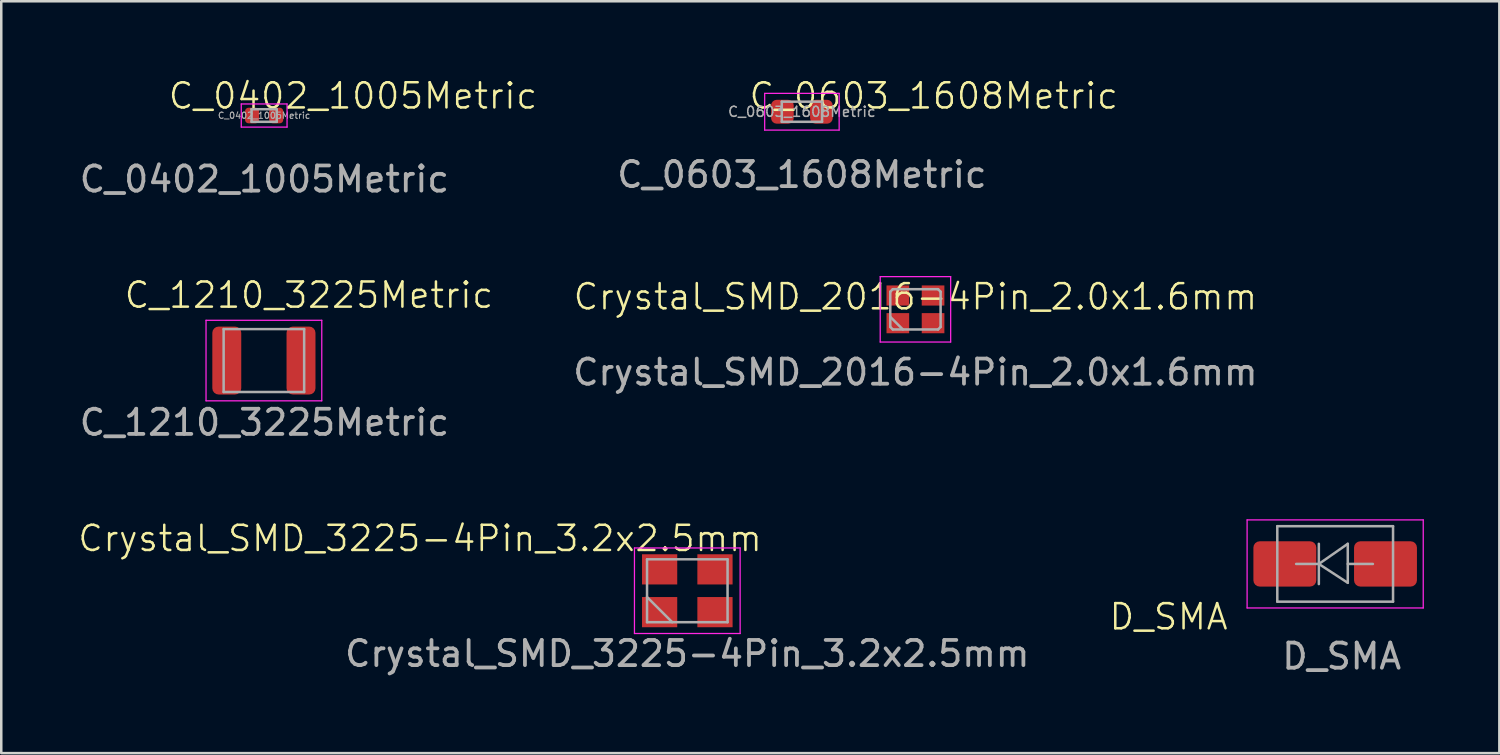
<source format=kicad_pcb>
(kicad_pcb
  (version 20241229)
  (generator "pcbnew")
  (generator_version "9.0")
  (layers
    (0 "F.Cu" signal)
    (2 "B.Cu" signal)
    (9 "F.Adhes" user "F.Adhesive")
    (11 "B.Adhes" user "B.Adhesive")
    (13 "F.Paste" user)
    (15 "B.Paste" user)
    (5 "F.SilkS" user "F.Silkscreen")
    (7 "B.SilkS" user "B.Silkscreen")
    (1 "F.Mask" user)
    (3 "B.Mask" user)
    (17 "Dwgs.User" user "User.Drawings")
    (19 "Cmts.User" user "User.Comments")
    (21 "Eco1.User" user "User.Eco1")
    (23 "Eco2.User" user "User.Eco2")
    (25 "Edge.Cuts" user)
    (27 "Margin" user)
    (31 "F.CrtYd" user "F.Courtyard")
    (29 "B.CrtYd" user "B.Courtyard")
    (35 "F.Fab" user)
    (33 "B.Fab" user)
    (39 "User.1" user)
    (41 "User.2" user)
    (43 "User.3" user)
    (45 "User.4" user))
  (footprint "Crystal_SMD_3225-4Pin_3.2x2.5mm"
    (layer "F.Cu")
    (at 24.265 20.428)
    (property "Reference" "Crystal_SMD_3225-4Pin_3.2x2.5mm" (at -10.62 -2.08 0) (unlocked yes) (layer "F.SilkS") (effects (font (size 1 1) (thickness 0.1))))
    (attr smd)
    (fp_line (start -2.1 -1.7) (end -2.1 1.7) (stroke (width 0.05) (type solid)) (layer "F.CrtYd"))
    (fp_line (start -2.1 1.7) (end 2.1 1.7) (stroke (width 0.05) (type solid)) (layer "F.CrtYd"))
    (fp_line (start 2.1 -1.7) (end -2.1 -1.7) (stroke (width 0.05) (type solid)) (layer "F.CrtYd"))
    (fp_line (start 2.1 1.7) (end 2.1 -1.7) (stroke (width 0.05) (type solid)) (layer "F.CrtYd"))
    (fp_line (start -1.6 -1.25) (end -1.6 1.25) (stroke (width 0.1) (type solid)) (layer "F.Fab"))
    (fp_line (start -1.6 0.25) (end -0.6 1.25) (stroke (width 0.1) (type solid)) (layer "F.Fab"))
    (fp_line (start -1.6 1.25) (end 1.6 1.25) (stroke (width 0.1) (type solid)) (layer "F.Fab"))
    (fp_line (start 1.6 -1.25) (end -1.6 -1.25) (stroke (width 0.1) (type solid)) (layer "F.Fab"))
    (fp_line (start 1.6 1.25) (end 1.6 -1.25) (stroke (width 0.1) (type solid)) (layer "F.Fab"))
    (fp_text user "${REFERENCE}" (at 0 2.5 0) (unlocked yes) (layer "F.Fab") (effects (font (size 1 1) (thickness 0.15))))
    (pad "1" smd rect (at -1.1 0.85) (size 1.4 1.2) (layers "F.Cu" "F.Mask" "F.Paste"))
    (pad "2" smd rect (at 1.1 0.85) (size 1.4 1.2) (layers "F.Cu" "F.Mask" "F.Paste"))
    (pad "3" smd rect (at 1.1 -0.85) (size 1.4 1.2) (layers "F.Cu" "F.Mask" "F.Paste"))
    (pad "4" smd rect (at -1.1 -0.85) (size 1.4 1.2) (layers "F.Cu" "F.Mask" "F.Paste")))
  (footprint "C_0402_1005Metric"
    (layer "F.Cu")
    (at 7.458 1.571)
    (property "Reference" "C_0402_1005Metric" (at 3.52 -0.81 0) (unlocked yes) (layer "F.SilkS") (effects (font (size 1 1) (thickness 0.1))))
    (attr smd)
    (fp_line (start -0.92 -0.49) (end 0.9 -0.49) (stroke (width 0.05) (type solid)) (layer "F.CrtYd"))
    (fp_line (start -0.92 0.43) (end -0.92 -0.49) (stroke (width 0.05) (type solid)) (layer "F.CrtYd"))
    (fp_line (start 0.9 -0.49) (end 0.9 0.43) (stroke (width 0.05) (type solid)) (layer "F.CrtYd"))
    (fp_line (start 0.9 0.43) (end -0.92 0.43) (stroke (width 0.05) (type solid)) (layer "F.CrtYd"))
    (fp_line (start -0.51 -0.28) (end 0.49 -0.28) (stroke (width 0.1) (type solid)) (layer "F.Fab"))
    (fp_line (start -0.51 0.22) (end -0.51 -0.28) (stroke (width 0.1) (type solid)) (layer "F.Fab"))
    (fp_line (start 0.49 -0.28) (end 0.49 0.22) (stroke (width 0.1) (type solid)) (layer "F.Fab"))
    (fp_line (start 0.49 0.22) (end -0.51 0.22) (stroke (width 0.1) (type solid)) (layer "F.Fab"))
    (fp_text user "${REFERENCE}" (at -0.01 -0.03 0) (layer "F.Fab") (effects (font (size 0.25 0.25) (thickness 0.04))))
    (fp_text user "${REFERENCE}" (at 0 2.5 0) (unlocked yes) (layer "F.Fab") (effects (font (size 1 1) (thickness 0.15))))
    (pad "1" smd roundrect (at -0.49 -0.03) (size 0.56 0.62) (layers "F.Cu" "F.Mask" "F.Paste") (roundrect_rratio 0.25))
    (pad "2" smd roundrect (at 0.47 -0.03) (size 0.56 0.62) (layers "F.Cu" "F.Mask" "F.Paste") (roundrect_rratio 0.25)))
  (footprint "D_SMA"
    (layer "F.Cu")
    (at 50.003 19.352)
    (property "Reference" "D_SMA" (at -6.61 2.11 0) (unlocked yes) (layer "F.SilkS") (effects (font (size 1 1) (thickness 0.1))))
    (attr smd)
    (fp_line (start -3.49 -1.74) (end 3.51 -1.74) (stroke (width 0.05) (type solid)) (layer "F.CrtYd"))
    (fp_line (start -3.49 1.76) (end -3.49 -1.74) (stroke (width 0.05) (type solid)) (layer "F.CrtYd"))
    (fp_line (start 3.51 -1.74) (end 3.51 1.76) (stroke (width 0.05) (type solid)) (layer "F.CrtYd"))
    (fp_line (start 3.51 1.76) (end -3.49 1.76) (stroke (width 0.05) (type solid)) (layer "F.CrtYd"))
    (fp_line (start -2.29 1.51) (end -2.29 -1.49) (stroke (width 0.1) (type solid)) (layer "F.Fab"))
    (fp_line (start -0.639 -0.789) (end -0.639 0.811) (stroke (width 0.1) (type solid)) (layer "F.Fab"))
    (fp_line (start -0.639 0.011) (end -1.541 0.011) (stroke (width 0.1) (type solid)) (layer "F.Fab"))
    (fp_line (start -0.639 0.011) (end 0.511 -0.789) (stroke (width 0.1) (type solid)) (layer "F.Fab"))
    (fp_line (start -0.639 0.011) (end 0.511 0.76) (stroke (width 0.1) (type solid)) (layer "F.Fab"))
    (fp_line (start 0.511 0.011) (end 1.509 0.011) (stroke (width 0.1) (type solid)) (layer "F.Fab"))
    (fp_line (start 0.511 0.76) (end 0.511 -0.789) (stroke (width 0.1) (type solid)) (layer "F.Fab"))
    (fp_line (start 2.31 -1.49) (end -2.29 -1.49) (stroke (width 0.1) (type solid)) (layer "F.Fab"))
    (fp_line (start 2.31 -1.49) (end 2.31 1.51) (stroke (width 0.1) (type solid)) (layer "F.Fab"))
    (fp_line (start 2.31 1.51) (end -2.29 1.51) (stroke (width 0.1) (type solid)) (layer "F.Fab"))
    (fp_text user "${REFERENCE}" (at 0.27 3.68 0) (unlocked yes) (layer "F.Fab") (effects (font (size 1 1) (thickness 0.15))))
    (pad "1" smd roundrect (at -1.99 0.01) (size 2.5 1.8) (layers "F.Cu" "F.Mask" "F.Paste") (roundrect_rratio 0.139))
    (pad "2" smd roundrect (at 2.01 0.01) (size 2.5 1.8) (layers "F.Cu" "F.Mask" "F.Paste") (roundrect_rratio 0.139)))
  (footprint "C_1210_3225Metric"
    (layer "F.Cu")
    (at 7.458 11.239)
    (property "Reference" "C_1210_3225Metric" (at 1.77 -2.56 0) (unlocked yes) (layer "F.SilkS") (effects (font (size 1 1) (thickness 0.1))))
    (attr smd)
    (fp_line (start -2.32 -1.56) (end 2.28 -1.56) (stroke (width 0.05) (type solid)) (layer "F.CrtYd"))
    (fp_line (start -2.32 1.64) (end -2.32 -1.56) (stroke (width 0.05) (type solid)) (layer "F.CrtYd"))
    (fp_line (start 2.28 -1.56) (end 2.28 1.64) (stroke (width 0.05) (type solid)) (layer "F.CrtYd"))
    (fp_line (start 2.28 1.64) (end -2.32 1.64) (stroke (width 0.05) (type solid)) (layer "F.CrtYd"))
    (fp_line (start -1.62 -1.21) (end 1.58 -1.21) (stroke (width 0.1) (type solid)) (layer "F.Fab"))
    (fp_line (start -1.62 1.29) (end -1.62 -1.21) (stroke (width 0.1) (type solid)) (layer "F.Fab"))
    (fp_line (start 1.58 -1.21) (end 1.58 1.29) (stroke (width 0.1) (type solid)) (layer "F.Fab"))
    (fp_line (start 1.58 1.29) (end -1.62 1.29) (stroke (width 0.1) (type solid)) (layer "F.Fab"))
    (fp_text user "${REFERENCE}" (at 0 2.5 0) (unlocked yes) (layer "F.Fab") (effects (font (size 1 1) (thickness 0.15))))
    (pad "1" smd roundrect (at -1.495 0.04) (size 1.15 2.7) (layers "F.Cu" "F.Mask" "F.Paste") (roundrect_rratio 0.217))
    (pad "2" smd roundrect (at 1.455 0.04) (size 1.15 2.7) (layers "F.Cu" "F.Mask" "F.Paste") (roundrect_rratio 0.217)))
  (footprint "Crystal_SMD_2016-4Pin_2.0x1.6mm"
    (layer "F.Cu")
    (at 33.332 9.244)
    (property "Reference" "Crystal_SMD_2016-4Pin_2.0x1.6mm" (at 0 -0.5 0) (unlocked yes) (layer "F.SilkS") (effects (font (size 1 1) (thickness 0.1))))
    (attr smd)
    (fp_line (start -1.4 -1.3) (end -1.4 1.3) (stroke (width 0.05) (type solid)) (layer "F.CrtYd"))
    (fp_line (start -1.4 1.3) (end 1.4 1.3) (stroke (width 0.05) (type solid)) (layer "F.CrtYd"))
    (fp_line (start 1.4 -1.3) (end -1.4 -1.3) (stroke (width 0.05) (type solid)) (layer "F.CrtYd"))
    (fp_line (start 1.4 1.3) (end 1.4 -1.3) (stroke (width 0.05) (type solid)) (layer "F.CrtYd"))
    (fp_line (start -1 -0.7) (end -0.9 -0.8) (stroke (width 0.1) (type solid)) (layer "F.Fab"))
    (fp_line (start -1 0.3) (end -0.5 0.8) (stroke (width 0.1) (type solid)) (layer "F.Fab"))
    (fp_line (start -1 0.7) (end -1 -0.7) (stroke (width 0.1) (type solid)) (layer "F.Fab"))
    (fp_line (start -0.9 -0.8) (end 0.9 -0.8) (stroke (width 0.1) (type solid)) (layer "F.Fab"))
    (fp_line (start -0.9 0.8) (end -1 0.7) (stroke (width 0.1) (type solid)) (layer "F.Fab"))
    (fp_line (start 0.9 -0.8) (end 1 -0.7) (stroke (width 0.1) (type solid)) (layer "F.Fab"))
    (fp_line (start 0.9 0.8) (end -0.9 0.8) (stroke (width 0.1) (type solid)) (layer "F.Fab"))
    (fp_line (start 1 -0.7) (end 1 0.7) (stroke (width 0.1) (type solid)) (layer "F.Fab"))
    (fp_line (start 1 0.7) (end 0.9 0.8) (stroke (width 0.1) (type solid)) (layer "F.Fab"))
    (fp_text user "${REFERENCE}" (at 0 2.5 0) (unlocked yes) (layer "F.Fab") (effects (font (size 1 1) (thickness 0.15))))
    (pad "1" smd rect (at -0.7 0.55) (size 0.9 0.8) (layers "F.Cu" "F.Mask" "F.Paste"))
    (pad "2" smd rect (at 0.7 0.55) (size 0.9 0.8) (layers "F.Cu" "F.Mask" "F.Paste"))
    (pad "3" smd rect (at 0.7 -0.55) (size 0.9 0.8) (layers "F.Cu" "F.Mask" "F.Paste"))
    (pad "4" smd rect (at -0.7 -0.55) (size 0.9 0.8) (layers "F.Cu" "F.Mask" "F.Paste")))
  (footprint "C_0603_1608Metric"
    (layer "F.Cu")
    (at 28.82 1.391)
    (property "Reference" "C_0603_1608Metric" (at 5.24 -0.63 0) (unlocked yes) (layer "F.SilkS") (effects (font (size 1 1) (thickness 0.1))))
    (attr smd)
    (fp_line (start -1.48 -0.73) (end 1.48 -0.73) (stroke (width 0.05) (type solid)) (layer "F.CrtYd"))
    (fp_line (start -1.48 0.73) (end -1.48 -0.73) (stroke (width 0.05) (type solid)) (layer "F.CrtYd"))
    (fp_line (start 1.48 -0.73) (end 1.48 0.73) (stroke (width 0.05) (type solid)) (layer "F.CrtYd"))
    (fp_line (start 1.48 0.73) (end -1.48 0.73) (stroke (width 0.05) (type solid)) (layer "F.CrtYd"))
    (fp_line (start -0.8 -0.4) (end 0.8 -0.4) (stroke (width 0.1) (type solid)) (layer "F.Fab"))
    (fp_line (start -0.8 0.4) (end -0.8 -0.4) (stroke (width 0.1) (type solid)) (layer "F.Fab"))
    (fp_line (start 0.8 -0.4) (end 0.8 0.4) (stroke (width 0.1) (type solid)) (layer "F.Fab"))
    (fp_line (start 0.8 0.4) (end -0.8 0.4) (stroke (width 0.1) (type solid)) (layer "F.Fab"))
    (fp_text user "${REFERENCE}" (at 0 0 0) (layer "F.Fab") (effects (font (size 0.4 0.4) (thickness 0.06))))
    (fp_text user "${REFERENCE}" (at 0 2.5 0) (unlocked yes) (layer "F.Fab") (effects (font (size 1 1) (thickness 0.15))))
    (pad "1" smd roundrect (at -0.775 0) (size 0.9 0.95) (layers "F.Cu" "F.Mask" "F.Paste") (roundrect_rratio 0.25))
    (pad "2" smd roundrect (at 0.775 0) (size 0.9 0.95) (layers "F.Cu" "F.Mask" "F.Paste") (roundrect_rratio 0.25)))
  (gr_rect
    (start -3 -3)
    (end 56.538 26.881)
    (stroke (width 0.1) (type default))
    (fill no)
    (layer "Edge.Cuts")))
</source>
